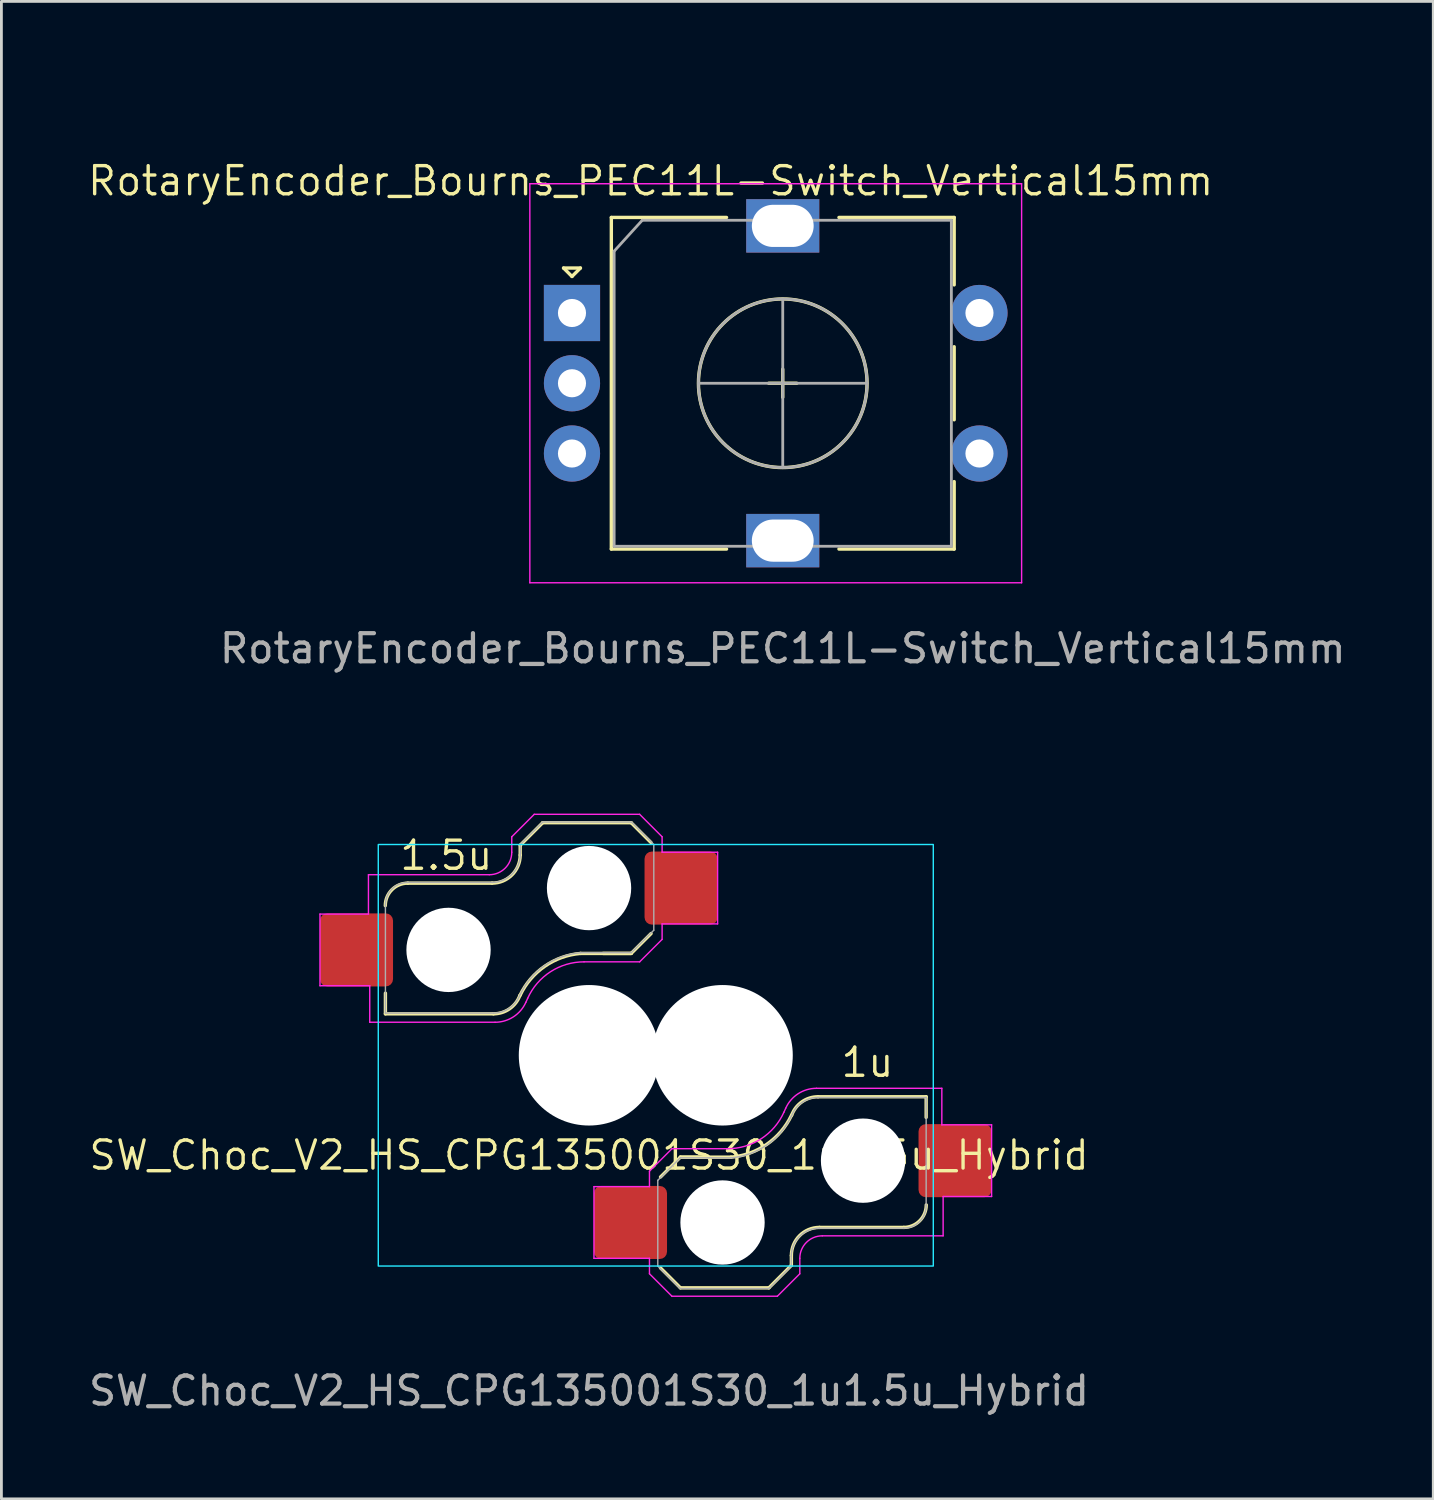
<source format=kicad_pcb>
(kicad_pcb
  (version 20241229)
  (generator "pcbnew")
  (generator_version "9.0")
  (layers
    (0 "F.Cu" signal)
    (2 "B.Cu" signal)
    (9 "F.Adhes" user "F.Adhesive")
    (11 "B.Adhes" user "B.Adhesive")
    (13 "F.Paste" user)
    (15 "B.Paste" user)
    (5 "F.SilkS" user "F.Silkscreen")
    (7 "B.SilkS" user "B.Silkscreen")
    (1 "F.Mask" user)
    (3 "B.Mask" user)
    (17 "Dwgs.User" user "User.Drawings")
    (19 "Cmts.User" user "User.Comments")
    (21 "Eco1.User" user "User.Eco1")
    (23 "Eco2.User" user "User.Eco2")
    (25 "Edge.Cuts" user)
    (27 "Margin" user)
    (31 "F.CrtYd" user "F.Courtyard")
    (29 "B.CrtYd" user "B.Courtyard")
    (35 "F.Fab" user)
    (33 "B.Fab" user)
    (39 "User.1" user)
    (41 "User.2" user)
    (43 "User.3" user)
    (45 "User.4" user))
  (footprint "SW_Choc_V2_HS_CPG135001S30_1u1.5u_Hybrid"
    (layer "F.Cu")
    (at 17.911 34.502)
    (property "Reference" "SW_Choc_V2_HS_CPG135001S30_1u1.5u_Hybrid" (at 0 3.556 180) (layer "F.SilkS") (effects (font (size 1 1) (thickness 0.12))))
    (attr smd)
    (fp_line (start -7.246 -1.475) (end -7.246 -2.21) (stroke (width 0.12) (type solid)) (layer "F.SilkS"))
    (fp_line (start -7.246 -1.475) (end -3.4 -1.475) (stroke (width 0.12) (type solid)) (layer "F.SilkS"))
    (fp_line (start -3.45 -6.125) (end -6.45 -6.125) (stroke (width 0.12) (type solid)) (layer "F.SilkS"))
    (fp_line (start -2.45 -7.475) (end -2.45 -7.125) (stroke (width 0.12) (type solid)) (layer "F.SilkS"))
    (fp_line (start -2.45 -7.475) (end -1.65 -8.275) (stroke (width 0.12) (type solid)) (layer "F.SilkS"))
    (fp_line (start 1.5 -8.275) (end -1.65 -8.275) (stroke (width 0.12) (type solid)) (layer "F.SilkS"))
    (fp_line (start 1.5 -3.625) (end -0.3 -3.625) (stroke (width 0.12) (type solid)) (layer "F.SilkS"))
    (fp_line (start 1.5 -3.625) (end 0.5 -3.625) (stroke (width 0.12) (type solid)) (layer "F.SilkS"))
    (fp_line (start 1.5 -3.625) (end 2.207 -4.332) (stroke (width 0.12) (type solid)) (layer "F.SilkS"))
    (fp_line (start 2.207 -7.568) (end 1.5 -8.275) (stroke (width 0.12) (type solid)) (layer "F.SilkS"))
    (fp_line (start 2.543 7.568) (end 3.25 8.275) (stroke (width 0.12) (type solid)) (layer "F.SilkS"))
    (fp_line (start 3.25 3.625) (end 2.543 4.332) (stroke (width 0.12) (type solid)) (layer "F.SilkS"))
    (fp_line (start 3.25 3.625) (end 4.25 3.625) (stroke (width 0.12) (type solid)) (layer "F.SilkS"))
    (fp_line (start 3.25 3.625) (end 5.05 3.625) (stroke (width 0.12) (type solid)) (layer "F.SilkS"))
    (fp_line (start 3.25 8.275) (end 6.4 8.275) (stroke (width 0.12) (type solid)) (layer "F.SilkS"))
    (fp_line (start 7.2 7.475) (end 6.4 8.275) (stroke (width 0.12) (type solid)) (layer "F.SilkS"))
    (fp_line (start 7.2 7.475) (end 7.2 7.125) (stroke (width 0.12) (type solid)) (layer "F.SilkS"))
    (fp_line (start 8.2 6.125) (end 11.2 6.125) (stroke (width 0.12) (type solid)) (layer "F.SilkS"))
    (fp_line (start 11.996 1.475) (end 8.15 1.475) (stroke (width 0.12) (type solid)) (layer "F.SilkS"))
    (fp_line (start 11.996 1.475) (end 11.996 2.21) (stroke (width 0.12) (type solid)) (layer "F.SilkS"))
    (fp_arc (start -7.249999 -5.325) (mid -7.015684 -5.890685) (end -6.449999 -6.125) (stroke (width 0.12) (type solid)) (layer "F.SilkS"))
    (fp_arc (start -2.460307 -2.13298) (mid -2.826423 -1.655849) (end -3.4 -1.474999) (stroke (width 0.12) (type solid)) (layer "F.SilkS"))
    (fp_arc (start -2.455444 -2.13293) (mid -1.577271 -3.167236) (end -0.299998 -3.624999) (stroke (width 0.12) (type solid)) (layer "F.SilkS"))
    (fp_arc (start -2.449999 -7.125) (mid -2.742892 -6.417893) (end -3.449999 -6.125) (stroke (width 0.12) (type solid)) (layer "F.SilkS"))
    (fp_arc (start 7.2 7.125) (mid 7.492893 6.417893) (end 8.2 6.125) (stroke (width 0.12) (type solid)) (layer "F.SilkS"))
    (fp_arc (start 7.205444 2.13293) (mid 6.327272 3.167235) (end 5.049999 3.624999) (stroke (width 0.12) (type solid)) (layer "F.SilkS"))
    (fp_arc (start 7.210307 2.13298) (mid 7.576423 1.655848) (end 8.15 1.475) (stroke (width 0.12) (type solid)) (layer "F.SilkS"))
    (fp_arc (start 12 5.325) (mid 11.765685 5.890685) (end 11.2 6.125) (stroke (width 0.12) (type solid)) (layer "F.SilkS"))
    (fp_rect (start -14.25 -9.5) (end 14.25 9.5) (stroke (width 0.1) (type dash)) (fill no) (layer "Eco1.User"))
    (fp_rect (start -13.5 -9) (end 13.5 9) (stroke (width 0.1) (type dash)) (fill no) (layer "Eco1.User"))
    (fp_rect (start -4.75 -9.5) (end 14.25 9.5) (stroke (width 0.1) (type dash)) (fill no) (layer "Eco2.User"))
    (fp_rect (start -4.25 -9) (end 13.75 9) (stroke (width 0.1) (type dash)) (fill no) (layer "Eco2.User"))
    (fp_rect (start -7.5 -7.5) (end 12.25 7.5) (stroke (width 0.05) (type solid)) (fill no) (layer "B.CrtYd"))
    (fp_line (start -9.575 -5.025) (end -9.575 -2.475) (stroke (width 0.05) (type solid)) (layer "F.CrtYd"))
    (fp_line (start -9.575 -2.475) (end -7.804 -2.475) (stroke (width 0.05) (type solid)) (layer "F.CrtYd"))
    (fp_line (start -7.85 -6.425) (end -7.85 -5.025) (stroke (width 0.05) (type solid)) (layer "F.CrtYd"))
    (fp_line (start -7.85 -5.025) (end -9.575 -5.025) (stroke (width 0.05) (type solid)) (layer "F.CrtYd"))
    (fp_line (start -7.804 -1.175) (end -7.804 -2.475) (stroke (width 0.05) (type solid)) (layer "F.CrtYd"))
    (fp_line (start -7.804 -1.175) (end -3.344 -1.175) (stroke (width 0.05) (type solid)) (layer "F.CrtYd"))
    (fp_line (start -3.55 -6.425) (end -7.85 -6.425) (stroke (width 0.05) (type solid)) (layer "F.CrtYd"))
    (fp_line (start -2.75 -7.775) (end -2.75 -7.225) (stroke (width 0.05) (type solid)) (layer "F.CrtYd"))
    (fp_line (start -2.75 -7.775) (end -1.95 -8.575) (stroke (width 0.05) (type solid)) (layer "F.CrtYd"))
    (fp_line (start -2.184 -2.027) (end -2.249 -1.883) (stroke (width 0.05) (type default)) (layer "F.CrtYd"))
    (fp_line (start 0.175 4.675) (end 0.175 7.225) (stroke (width 0.05) (type solid)) (layer "F.CrtYd"))
    (fp_line (start 0.175 4.675) (end 2.15 4.675) (stroke (width 0.05) (type solid)) (layer "F.CrtYd"))
    (fp_line (start 0.175 7.225) (end 2.15 7.225) (stroke (width 0.05) (type solid)) (layer "F.CrtYd"))
    (fp_line (start 1.8 -3.325) (end -0.178 -3.325) (stroke (width 0.05) (type solid)) (layer "F.CrtYd"))
    (fp_line (start 1.8 -3.325) (end 2.6 -4.125) (stroke (width 0.05) (type solid)) (layer "F.CrtYd"))
    (fp_line (start 1.8 -8.575) (end -1.95 -8.575) (stroke (width 0.05) (type solid)) (layer "F.CrtYd"))
    (fp_line (start 2.15 4.675) (end 2.15 4.125) (stroke (width 0.05) (type solid)) (layer "F.CrtYd"))
    (fp_line (start 2.15 7.775) (end 2.15 7.225) (stroke (width 0.05) (type solid)) (layer "F.CrtYd"))
    (fp_line (start 2.15 7.775) (end 2.95 8.575) (stroke (width 0.05) (type solid)) (layer "F.CrtYd"))
    (fp_line (start 2.6 -7.775) (end 1.8 -8.575) (stroke (width 0.05) (type solid)) (layer "F.CrtYd"))
    (fp_line (start 2.6 -7.775) (end 2.6 -7.225) (stroke (width 0.05) (type solid)) (layer "F.CrtYd"))
    (fp_line (start 2.6 -4.675) (end 2.6 -4.125) (stroke (width 0.05) (type solid)) (layer "F.CrtYd"))
    (fp_line (start 2.95 3.325) (end 2.15 4.125) (stroke (width 0.05) (type solid)) (layer "F.CrtYd"))
    (fp_line (start 2.95 3.325) (end 4.928 3.325) (stroke (width 0.05) (type solid)) (layer "F.CrtYd"))
    (fp_line (start 2.95 8.575) (end 6.7 8.575) (stroke (width 0.05) (type solid)) (layer "F.CrtYd"))
    (fp_line (start 4.575 -7.225) (end 2.6 -7.225) (stroke (width 0.05) (type solid)) (layer "F.CrtYd"))
    (fp_line (start 4.575 -4.675) (end 2.6 -4.675) (stroke (width 0.05) (type solid)) (layer "F.CrtYd"))
    (fp_line (start 4.575 -4.675) (end 4.575 -7.225) (stroke (width 0.05) (type solid)) (layer "F.CrtYd"))
    (fp_line (start 6.934 2.027) (end 6.999 1.883) (stroke (width 0.05) (type default)) (layer "F.CrtYd"))
    (fp_line (start 7.5 7.775) (end 6.7 8.575) (stroke (width 0.05) (type solid)) (layer "F.CrtYd"))
    (fp_line (start 7.5 7.775) (end 7.5 7.225) (stroke (width 0.05) (type solid)) (layer "F.CrtYd"))
    (fp_line (start 8.3 6.425) (end 12.6 6.425) (stroke (width 0.05) (type solid)) (layer "F.CrtYd"))
    (fp_line (start 12.554 1.175) (end 8.094 1.175) (stroke (width 0.05) (type solid)) (layer "F.CrtYd"))
    (fp_line (start 12.554 1.175) (end 12.554 2.475) (stroke (width 0.05) (type solid)) (layer "F.CrtYd"))
    (fp_line (start 12.6 5.025) (end 14.325 5.025) (stroke (width 0.05) (type solid)) (layer "F.CrtYd"))
    (fp_line (start 12.6 6.425) (end 12.6 5.025) (stroke (width 0.05) (type solid)) (layer "F.CrtYd"))
    (fp_line (start 14.325 2.475) (end 12.554 2.475) (stroke (width 0.05) (type solid)) (layer "F.CrtYd"))
    (fp_line (start 14.325 5.025) (end 14.325 2.475) (stroke (width 0.05) (type solid)) (layer "F.CrtYd"))
    (fp_arc (start -2.75 -7.225) (mid -2.984315 -6.659315) (end -3.55 -6.425) (stroke (width 0.05) (type default)) (layer "F.CrtYd"))
    (fp_arc (start -2.248898 -1.883231) (mid -2.691632 -1.367496) (end -3.343506 -1.175) (stroke (width 0.05) (type default)) (layer "F.CrtYd"))
    (fp_arc (start -2.184498 -2.026576) (mid -1.37282 -2.972089) (end -0.177718 -3.325) (stroke (width 0.05) (type default)) (layer "F.CrtYd"))
    (fp_arc (start 6.934498 2.026576) (mid 6.12282 2.972088) (end 4.927719 3.325) (stroke (width 0.05) (type default)) (layer "F.CrtYd"))
    (fp_arc (start 6.998898 1.883231) (mid 7.441631 1.367497) (end 8.093505 1.175) (stroke (width 0.05) (type default)) (layer "F.CrtYd"))
    (fp_arc (start 7.5 7.225) (mid 7.734315 6.659315) (end 8.3 6.425) (stroke (width 0.05) (type default)) (layer "F.CrtYd"))
    (fp_line (start -7.246 -5.35) (end -7.246 -1.5) (stroke (width 0.05) (type solid)) (layer "F.Fab"))
    (fp_line (start -7.246 -1.5) (end -3.396 -1.5) (stroke (width 0.05) (type solid)) (layer "F.Fab"))
    (fp_line (start -3.446 -6.15) (end -6.446 -6.15) (stroke (width 0.05) (type solid)) (layer "F.Fab"))
    (fp_line (start -2.446 -7.5) (end -2.446 -7.15) (stroke (width 0.05) (type solid)) (layer "F.Fab"))
    (fp_line (start -2.446 -7.5) (end -1.646 -8.3) (stroke (width 0.05) (type solid)) (layer "F.Fab"))
    (fp_line (start 1.504 -8.3) (end -1.646 -8.3) (stroke (width 0.05) (type solid)) (layer "F.Fab"))
    (fp_line (start 1.504 -3.65) (end -0.296 -3.65) (stroke (width 0.05) (type solid)) (layer "F.Fab"))
    (fp_line (start 1.504 -3.65) (end 2.304 -4.45) (stroke (width 0.05) (type solid)) (layer "F.Fab"))
    (fp_line (start 2.304 -7.5) (end 1.504 -8.3) (stroke (width 0.05) (type solid)) (layer "F.Fab"))
    (fp_line (start 2.304 -4.45) (end 2.304 -7.5) (stroke (width 0.05) (type solid)) (layer "F.Fab"))
    (fp_line (start 2.446 4.45) (end 2.446 7.5) (stroke (width 0.05) (type solid)) (layer "F.Fab"))
    (fp_line (start 2.446 7.5) (end 3.246 8.3) (stroke (width 0.05) (type solid)) (layer "F.Fab"))
    (fp_line (start 3.246 3.65) (end 2.446 4.45) (stroke (width 0.05) (type solid)) (layer "F.Fab"))
    (fp_line (start 3.246 3.65) (end 5.046 3.65) (stroke (width 0.05) (type solid)) (layer "F.Fab"))
    (fp_line (start 3.246 8.3) (end 6.396 8.3) (stroke (width 0.05) (type solid)) (layer "F.Fab"))
    (fp_line (start 7.196 7.5) (end 6.396 8.3) (stroke (width 0.05) (type solid)) (layer "F.Fab"))
    (fp_line (start 7.196 7.5) (end 7.196 7.15) (stroke (width 0.05) (type solid)) (layer "F.Fab"))
    (fp_line (start 8.196 6.15) (end 11.196 6.15) (stroke (width 0.05) (type solid)) (layer "F.Fab"))
    (fp_line (start 11.996 1.5) (end 8.146 1.5) (stroke (width 0.05) (type solid)) (layer "F.Fab"))
    (fp_line (start 11.996 5.35) (end 11.996 1.5) (stroke (width 0.05) (type solid)) (layer "F.Fab"))
    (fp_arc (start -7.246 -5.35) (mid -7.011685 -5.915685) (end -6.446 -6.15) (stroke (width 0.05) (type solid)) (layer "F.Fab"))
    (fp_arc (start -2.456307 -2.15798) (mid -2.822423 -1.680848) (end -3.396 -1.5) (stroke (width 0.05) (type solid)) (layer "F.Fab"))
    (fp_arc (start -2.451444 -2.15793) (mid -1.573272 -3.192235) (end -0.295999 -3.649999) (stroke (width 0.05) (type solid)) (layer "F.Fab"))
    (fp_arc (start -2.446 -7.15) (mid -2.738893 -6.442893) (end -3.446 -6.150001) (stroke (width 0.05) (type solid)) (layer "F.Fab"))
    (fp_arc (start 7.196 7.15) (mid 7.488893 6.442893) (end 8.196 6.15) (stroke (width 0.05) (type solid)) (layer "F.Fab"))
    (fp_arc (start 7.201444 2.15793) (mid 6.323272 3.192235) (end 5.045999 3.649999) (stroke (width 0.05) (type solid)) (layer "F.Fab"))
    (fp_arc (start 7.206307 2.15798) (mid 7.572423 1.680848) (end 8.146 1.5) (stroke (width 0.05) (type solid)) (layer "F.Fab"))
    (fp_arc (start 11.996 5.35) (mid 11.761685 5.915685) (end 11.196 6.15) (stroke (width 0.05) (type solid)) (layer "F.Fab"))
    (fp_text user "1.5u" (at -5.08 -7.112 0) (layer "F.SilkS") (effects (font (size 1 1) (thickness 0.12))))
    (fp_text user "1u" (at 9.906 0.254 0) (layer "F.SilkS") (effects (font (size 1 1) (thickness 0.12))))
    (fp_text user "18.00x27.00" (at -10.922 -8.275 180) (layer "Eco1.User") (effects (font (size 0.5 0.5) (thickness 0.1) (bold yes))))
    (fp_text user "19.00x28.50" (at -11.938 -10.16 180) (layer "Eco1.User") (effects (font (size 0.5 0.5) (thickness 0.1) (bold yes))))
    (fp_text user "19.00x28.50" (at 4.75 -10.053 180) (layer "Eco2.User") (effects (font (size 0.5 0.5) (thickness 0.1) (bold yes))))
    (fp_text user "18.00x27.00" (at 4.75 -8.275 180) (layer "Eco2.User") (effects (font (size 0.5 0.5) (thickness 0.1) (bold yes))))
    (fp_text user "${REFERENCE}" (at 0 11.938 0) (layer "F.Fab") (effects (font (size 1 1) (thickness 0.15))))
    (pad "" np_thru_hole circle (at -5 -3.75 180) (size 3 3) (drill 3) (layers "*.Cu" "*.Mask"))
    (pad "" np_thru_hole circle (at -0.25 -5.15 180) (size 1 1) (drill oval 1.5 2) (layers "*.Cu" "*.Mask"))
    (pad "" np_thru_hole circle (at 0 -5.95 180) (size 3 3) (drill 3) (layers "*.Cu" "*.Mask"))
    (pad "" np_thru_hole circle (at 0 0) (size 5 5) (drill 5) (layers "*.Cu" "*.Mask"))
    (pad "" np_thru_hole circle (at 4.75 0 180) (size 5 5) (drill 5) (layers "*.Cu" "*.Mask"))
    (pad "" np_thru_hole circle (at 4.75 5.95) (size 3 3) (drill 3) (layers "*.Cu" "*.Mask"))
    (pad "" np_thru_hole circle (at 5 5.15) (size 1 1) (drill oval 1.5 2) (layers "*.Cu" "*.Mask"))
    (pad "" np_thru_hole circle (at 9.75 3.75) (size 3 3) (drill 3) (layers "*.Cu" "*.Mask"))
    (pad "1" smd roundrect (at -8.275 -3.75 180) (size 2.6 2.6) (layers "F.Cu" "F.Mask" "F.Paste") (roundrect_rratio 0.1))
    (pad "1" smd roundrect (at 13.025 3.75) (size 2.6 2.6) (layers "F.Cu" "F.Mask" "F.Paste") (roundrect_rratio 0.1))
    (pad "2" smd roundrect (at 1.475 5.95) (size 2.6 2.6) (layers "F.Cu" "F.Mask" "F.Paste") (roundrect_rratio 0.1))
    (pad "2" smd roundrect (at 3.275 -5.95 180) (size 2.6 2.6) (layers "F.Cu" "F.Mask" "F.Paste") (roundrect_rratio 0.1)))
  (footprint "RotaryEncoder_Bourns_PEC11L-Switch_Vertical15mm"
    (layer "F.Cu")
    (at 17.304 8.088)
    (property "Reference" "RotaryEncoder_Bourns_PEC11L-Switch_Vertical15mm" (at 2.8 -4.7 0) (layer "F.SilkS") (effects (font (size 1 1) (thickness 0.12))))
    (attr through_hole)
    (fp_line (start -0.3 -1.6) (end 0.3 -1.6) (stroke (width 0.12) (type solid)) (layer "F.SilkS"))
    (fp_line (start 0 -1.3) (end -0.3 -1.6) (stroke (width 0.12) (type solid)) (layer "F.SilkS"))
    (fp_line (start 0.3 -1.6) (end 0 -1.3) (stroke (width 0.12) (type solid)) (layer "F.SilkS"))
    (fp_line (start 1.4 -3.4) (end 1.4 8.4) (stroke (width 0.12) (type solid)) (layer "F.SilkS"))
    (fp_line (start 5.5 -3.4) (end 1.4 -3.4) (stroke (width 0.12) (type solid)) (layer "F.SilkS"))
    (fp_line (start 5.5 8.4) (end 1.4 8.4) (stroke (width 0.12) (type solid)) (layer "F.SilkS"))
    (fp_line (start 7 2.5) (end 8 2.5) (stroke (width 0.12) (type solid)) (layer "F.SilkS"))
    (fp_line (start 7.5 2) (end 7.5 3) (stroke (width 0.12) (type solid)) (layer "F.SilkS"))
    (fp_line (start 9.5 -3.4) (end 13.6 -3.4) (stroke (width 0.12) (type solid)) (layer "F.SilkS"))
    (fp_line (start 13.6 -3.4) (end 13.6 -1) (stroke (width 0.12) (type solid)) (layer "F.SilkS"))
    (fp_line (start 13.6 1.2) (end 13.6 3.8) (stroke (width 0.12) (type solid)) (layer "F.SilkS"))
    (fp_line (start 13.6 6) (end 13.6 8.4) (stroke (width 0.12) (type solid)) (layer "F.SilkS"))
    (fp_line (start 13.6 8.4) (end 9.5 8.4) (stroke (width 0.12) (type solid)) (layer "F.SilkS"))
    (fp_circle (center 7.5 2.5) (end 10.5 2.5) (stroke (width 0.12) (type solid)) (fill no) (layer "F.SilkS"))
    (fp_rect (start -2 -7) (end 17 12) (stroke (width 0.1) (type dash)) (fill no) (layer "Eco1.User"))
    (fp_circle (center 7.5 2.5) (end 13.5 2.5) (stroke (width 0.1) (type dash)) (fill no) (layer "Eco1.User"))
    (fp_line (start -1.5 -4.6) (end -1.5 9.6) (stroke (width 0.05) (type solid)) (layer "F.CrtYd"))
    (fp_line (start -1.5 -4.6) (end 16 -4.6) (stroke (width 0.05) (type solid)) (layer "F.CrtYd"))
    (fp_line (start 16 9.6) (end -1.5 9.6) (stroke (width 0.05) (type solid)) (layer "F.CrtYd"))
    (fp_line (start 16 9.6) (end 16 -4.6) (stroke (width 0.05) (type solid)) (layer "F.CrtYd"))
    (fp_line (start 1.5 -2.2) (end 2.5 -3.3) (stroke (width 0.1) (type solid)) (layer "F.Fab"))
    (fp_line (start 1.5 8.3) (end 1.5 -2.2) (stroke (width 0.1) (type solid)) (layer "F.Fab"))
    (fp_line (start 2.5 -3.3) (end 13.5 -3.3) (stroke (width 0.1) (type solid)) (layer "F.Fab"))
    (fp_line (start 4.5 2.5) (end 10.5 2.5) (stroke (width 0.1) (type solid)) (layer "F.Fab"))
    (fp_line (start 7.5 -0.5) (end 7.5 5.5) (stroke (width 0.1) (type solid)) (layer "F.Fab"))
    (fp_line (start 13.5 -3.3) (end 13.5 8.3) (stroke (width 0.1) (type solid)) (layer "F.Fab"))
    (fp_line (start 13.5 8.3) (end 1.5 8.3) (stroke (width 0.1) (type solid)) (layer "F.Fab"))
    (fp_circle (center 7.5 2.5) (end 10.5 2.5) (stroke (width 0.1) (type solid)) (fill no) (layer "F.Fab"))
    (fp_text user "Ø12.00" (at 12.109 -2.839 0) (unlocked yes) (layer "Eco1.User") (effects (font (size 0.5 0.5) (thickness 0.1) (bold yes))))
    (fp_text user "19.00x19.00" (at 7.5 -7.62 0) (unlocked yes) (layer "Eco1.User") (effects (font (size 0.5 0.5) (thickness 0.1) (bold yes))))
    (fp_text user "${REFERENCE}" (at 7.5 11.938 0) (layer "F.Fab") (effects (font (size 1 1) (thickness 0.15))))
    (pad "A" thru_hole rect (at 0 0) (size 2 2) (drill 1) (layers "*.Cu" "*.Mask"))
    (pad "B" thru_hole circle (at 0 5) (size 2 2) (drill 1) (layers "*.Cu" "*.Mask"))
    (pad "C" thru_hole circle (at 0 2.5) (size 2 2) (drill 1) (layers "*.Cu" "*.Mask"))
    (pad "MP" thru_hole rect (at 7.5 -3.1) (size 2.6 1.9) (drill oval 2.2 1.5) (layers "*.Cu" "*.Mask"))
    (pad "MP" thru_hole rect (at 7.5 8.1) (size 2.6 1.9) (drill oval 2.2 1.5) (layers "*.Cu" "*.Mask"))
    (pad "S1" thru_hole circle (at 14.5 5) (size 2 2) (drill 1) (layers "*.Cu" "*.Mask"))
    (pad "S2" thru_hole circle (at 14.5 0) (size 2 2) (drill 1) (layers "*.Cu" "*.Mask")))
  (gr_rect
    (start -3 -3)
    (end 47.953 50.288)
    (stroke (width 0.1) (type default))
    (fill no)
    (layer "Edge.Cuts")))
</source>
